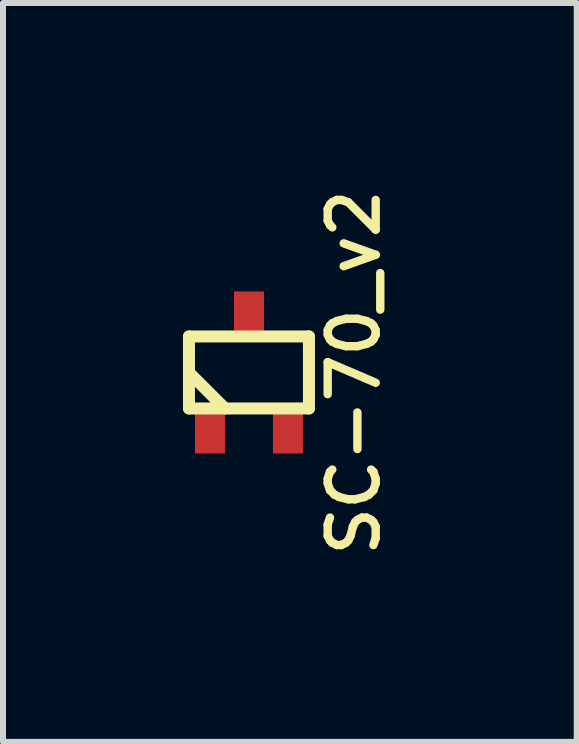
<source format=kicad_pcb>
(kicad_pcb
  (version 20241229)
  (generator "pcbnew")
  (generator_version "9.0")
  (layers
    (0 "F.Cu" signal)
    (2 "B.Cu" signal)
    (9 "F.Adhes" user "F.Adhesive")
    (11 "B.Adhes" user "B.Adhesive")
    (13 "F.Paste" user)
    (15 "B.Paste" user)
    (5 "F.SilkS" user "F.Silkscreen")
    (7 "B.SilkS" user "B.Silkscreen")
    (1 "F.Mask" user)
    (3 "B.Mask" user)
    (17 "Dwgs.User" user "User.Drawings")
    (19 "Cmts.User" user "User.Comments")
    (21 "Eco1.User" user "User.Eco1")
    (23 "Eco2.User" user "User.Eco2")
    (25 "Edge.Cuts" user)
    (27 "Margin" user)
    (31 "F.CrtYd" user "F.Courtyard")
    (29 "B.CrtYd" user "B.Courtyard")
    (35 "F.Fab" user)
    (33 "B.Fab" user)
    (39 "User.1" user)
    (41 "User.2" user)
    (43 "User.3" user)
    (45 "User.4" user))
  (footprint "SC-70_v2"
    (layer "F.Cu")
    (at 1.1 3.159)
    (property "Reference" "SC-70_v2" (at 1.75 0 90) (layer "F.SilkS") (effects (font (size 0.8 0.8) (thickness 0.14))))
    (attr smd)
    (fp_line (start -1 -0.6) (end -1 0.6) (stroke (width 0.2) (type solid)) (layer "F.SilkS"))
    (fp_line (start -1 0) (end -0.4 0.6) (stroke (width 0.2) (type solid)) (layer "F.SilkS"))
    (fp_line (start -1 0.6) (end 1 0.6) (stroke (width 0.2) (type solid)) (layer "F.SilkS"))
    (fp_line (start 1 -0.6) (end -1 -0.6) (stroke (width 0.2) (type solid)) (layer "F.SilkS"))
    (fp_line (start 1 -0.6) (end 1 0.6) (stroke (width 0.2) (type solid)) (layer "F.SilkS"))
    (pad "1" smd rect (at -0.65 0.95) (size 0.5 0.8) (layers "F.Cu" "F.Mask" "F.Paste"))
    (pad "2" smd rect (at 0.65 0.95) (size 0.5 0.8) (layers "F.Cu" "F.Mask" "F.Paste"))
    (pad "3" smd rect (at 0 -0.95) (size 0.5 0.8) (layers "F.Cu" "F.Mask" "F.Paste")))
  (gr_rect
    (start -3 -3)
    (end 6.564 9.317)
    (stroke (width 0.1) (type default))
    (fill no)
    (layer "Edge.Cuts")))
</source>
